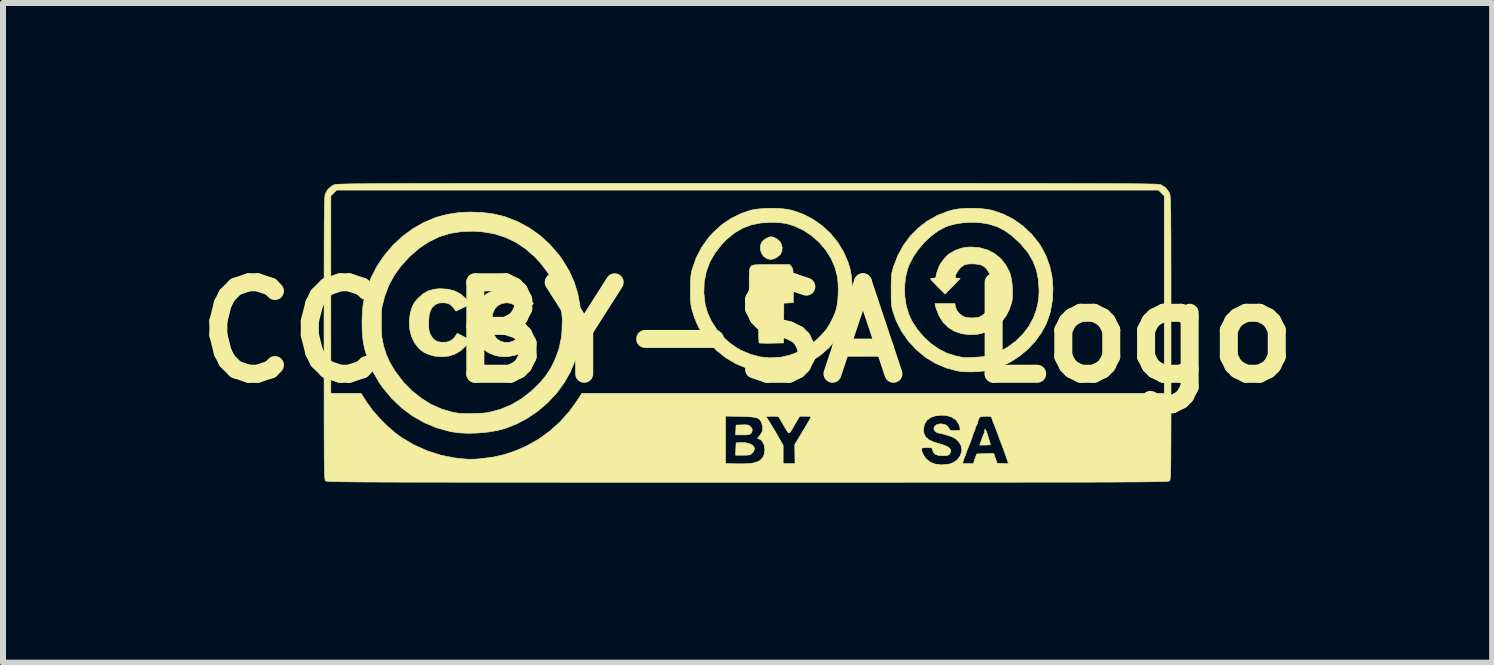
<source format=kicad_pcb>
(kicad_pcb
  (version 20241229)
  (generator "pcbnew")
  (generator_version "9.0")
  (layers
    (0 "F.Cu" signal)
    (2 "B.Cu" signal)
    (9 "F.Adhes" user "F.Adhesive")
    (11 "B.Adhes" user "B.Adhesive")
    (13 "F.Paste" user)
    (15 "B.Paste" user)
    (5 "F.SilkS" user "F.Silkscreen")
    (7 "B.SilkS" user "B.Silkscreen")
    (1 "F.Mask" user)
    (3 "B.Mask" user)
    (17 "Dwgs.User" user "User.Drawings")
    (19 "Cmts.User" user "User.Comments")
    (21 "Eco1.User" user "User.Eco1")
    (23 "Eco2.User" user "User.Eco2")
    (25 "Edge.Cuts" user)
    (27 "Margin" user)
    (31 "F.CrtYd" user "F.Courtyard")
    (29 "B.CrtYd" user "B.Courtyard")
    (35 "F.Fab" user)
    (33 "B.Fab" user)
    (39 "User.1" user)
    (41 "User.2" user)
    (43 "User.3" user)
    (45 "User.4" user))
  (footprint "CC BY-SA Logo"
    (layer "F.Cu")
    (at 9.405 2.488)
    (property "Reference" "CC BY-SA Logo" (at 0 0 0) (layer "F.SilkS") (effects (font (size 1.524 1.524) (thickness 0.3))))
    (attr through_hole)
    (fp_poly (pts (xy -0.044 1.837) (xy 0.023 1.85) (xy 0.074 1.874) (xy 0.106 1.905) (xy 0.115 1.943) (xy 0.1 1.985) (xy 0.078 2.011) (xy 0.059 2.029) (xy 0.037 2.039) (xy 0.005 2.044) (xy -0.044 2.046) (xy -0.078 2.046) (xy -0.199 2.046) (xy -0.195 1.944) (xy -0.191 1.841) (xy -0.127 1.837) (xy -0.044 1.837)) (stroke (width 0.01) (type solid)) (fill yes) (layer "F.SilkS"))
    (fp_poly (pts (xy 0.001 1.543) (xy 0.025 1.552) (xy 0.046 1.569) (xy 0.05 1.573) (xy 0.075 1.606) (xy 0.078 1.636) (xy 0.077 1.641) (xy 0.065 1.672) (xy 0.048 1.691) (xy 0.019 1.702) (xy -0.026 1.707) (xy -0.08 1.707) (xy -0.199 1.707) (xy -0.191 1.545) (xy -0.088 1.541) (xy -0.034 1.54) (xy 0.001 1.543)) (stroke (width 0.01) (type solid)) (fill yes) (layer "F.SilkS"))
    (fp_poly (pts (xy 3.963 1.618) (xy 3.977 1.646) (xy 3.996 1.698) (xy 4.006 1.732) (xy 4.022 1.784) (xy 4.035 1.828) (xy 4.044 1.854) (xy 4.045 1.855) (xy 4.045 1.867) (xy 4.031 1.874) (xy 3.997 1.876) (xy 3.961 1.877) (xy 3.869 1.877) (xy 3.901 1.784) (xy 3.919 1.737) (xy 3.933 1.701) (xy 3.942 1.683) (xy 3.942 1.683) (xy 3.949 1.664) (xy 3.951 1.639) (xy 3.954 1.615) (xy 3.963 1.618)) (stroke (width 0.01) (type solid)) (fill yes) (layer "F.SilkS"))
    (fp_poly (pts (xy 0.438 -1.584) (xy 0.487 -1.558) (xy 0.53 -1.522) (xy 0.555 -1.488) (xy 0.577 -1.416) (xy 0.572 -1.35) (xy 0.542 -1.294) (xy 0.488 -1.25) (xy 0.476 -1.243) (xy 0.422 -1.221) (xy 0.379 -1.216) (xy 0.335 -1.226) (xy 0.316 -1.234) (xy 0.266 -1.27) (xy 0.231 -1.323) (xy 0.214 -1.387) (xy 0.218 -1.453) (xy 0.234 -1.498) (xy 0.262 -1.53) (xy 0.306 -1.562) (xy 0.355 -1.585) (xy 0.394 -1.594) (xy 0.438 -1.584)) (stroke (width 0.01) (type solid)) (fill yes) (layer "F.SilkS"))
    (fp_poly (pts (xy 0.733 -1.092) (xy 0.743 -1.077) (xy 0.75 -1.06) (xy 0.755 -1.037) (xy 0.759 -1.002) (xy 0.761 -0.953) (xy 0.762 -0.884) (xy 0.762 -0.792) (xy 0.762 -0.775) (xy 0.762 -0.495) (xy 0.684 -0.491) (xy 0.605 -0.487) (xy 0.602 -0.155) (xy 0.6 0.176) (xy 0.401 0.18) (xy 0.329 0.181) (xy 0.267 0.18) (xy 0.221 0.179) (xy 0.196 0.176) (xy 0.193 0.174) (xy 0.19 0.158) (xy 0.188 0.118) (xy 0.186 0.057) (xy 0.184 -0.02) (xy 0.184 -0.108) (xy 0.183 -0.165) (xy 0.183 -0.494) (xy 0.028 -0.494) (xy 0.028 -0.781) (xy 0.028 -0.878) (xy 0.029 -0.951) (xy 0.031 -1.004) (xy 0.034 -1.041) (xy 0.038 -1.066) (xy 0.045 -1.082) (xy 0.054 -1.095) (xy 0.057 -1.098) (xy 0.067 -1.108) (xy 0.08 -1.116) (xy 0.098 -1.121) (xy 0.127 -1.125) (xy 0.168 -1.127) (xy 0.227 -1.128) (xy 0.308 -1.129) (xy 0.395 -1.129) (xy 0.704 -1.129) (xy 0.733 -1.092)) (stroke (width 0.01) (type solid)) (fill yes) (layer "F.SilkS"))
    (fp_poly (pts (xy -3.898 -0.716) (xy -3.785 -0.677) (xy -3.747 -0.657) (xy -3.711 -0.632) (xy -3.671 -0.597) (xy -3.63 -0.558) (xy -3.596 -0.52) (xy -3.575 -0.491) (xy -3.57 -0.478) (xy -3.581 -0.468) (xy -3.611 -0.449) (xy -3.652 -0.426) (xy -3.699 -0.401) (xy -3.743 -0.379) (xy -3.779 -0.362) (xy -3.799 -0.355) (xy -3.802 -0.355) (xy -3.81 -0.369) (xy -3.828 -0.397) (xy -3.829 -0.399) (xy -3.878 -0.452) (xy -3.944 -0.484) (xy -4.012 -0.494) (xy -4.094 -0.481) (xy -4.162 -0.445) (xy -4.214 -0.388) (xy -4.246 -0.311) (xy -4.249 -0.298) (xy -4.258 -0.216) (xy -4.258 -0.128) (xy -4.247 -0.042) (xy -4.227 0.031) (xy -4.219 0.049) (xy -4.177 0.107) (xy -4.119 0.146) (xy -4.052 0.166) (xy -3.981 0.168) (xy -3.912 0.149) (xy -3.852 0.112) (xy -3.814 0.069) (xy -3.779 0.015) (xy -3.668 0.073) (xy -3.557 0.131) (xy -3.595 0.181) (xy -3.678 0.274) (xy -3.768 0.34) (xy -3.87 0.382) (xy -3.987 0.401) (xy -4.022 0.403) (xy -4.128 0.4) (xy -4.21 0.384) (xy -4.213 0.383) (xy -4.315 0.34) (xy -4.398 0.282) (xy -4.466 0.205) (xy -4.524 0.104) (xy -4.53 0.091) (xy -4.552 0.023) (xy -4.565 -0.063) (xy -4.569 -0.158) (xy -4.564 -0.253) (xy -4.549 -0.34) (xy -4.545 -0.355) (xy -4.499 -0.47) (xy -4.434 -0.566) (xy -4.35 -0.64) (xy -4.248 -0.693) (xy -4.15 -0.72) (xy -4.021 -0.73) (xy -3.898 -0.716)) (stroke (width 0.01) (type solid)) (fill yes) (layer "F.SilkS"))
    (fp_poly (pts (xy -4.996 -0.72) (xy -4.88 -0.691) (xy -4.781 -0.639) (xy -4.7 -0.567) (xy -4.67 -0.528) (xy -4.629 -0.468) (xy -4.743 -0.41) (xy -4.794 -0.385) (xy -4.833 -0.366) (xy -4.857 -0.356) (xy -4.86 -0.356) (xy -4.906 -0.417) (xy -4.946 -0.458) (xy -4.986 -0.481) (xy -5.035 -0.492) (xy -5.082 -0.494) (xy -5.14 -0.489) (xy -5.187 -0.471) (xy -5.209 -0.457) (xy -5.254 -0.416) (xy -5.284 -0.363) (xy -5.304 -0.293) (xy -5.312 -0.201) (xy -5.313 -0.155) (xy -5.312 -0.086) (xy -5.307 -0.037) (xy -5.298 0.001) (xy -5.283 0.037) (xy -5.28 0.042) (xy -5.241 0.103) (xy -5.195 0.14) (xy -5.134 0.16) (xy -5.097 0.165) (xy -5.011 0.162) (xy -4.943 0.138) (xy -4.889 0.091) (xy -4.874 0.071) (xy -4.837 0.016) (xy -4.74 0.065) (xy -4.693 0.09) (xy -4.656 0.111) (xy -4.637 0.125) (xy -4.636 0.127) (xy -4.639 0.146) (xy -4.659 0.178) (xy -4.691 0.218) (xy -4.731 0.26) (xy -4.774 0.3) (xy -4.791 0.313) (xy -4.878 0.363) (xy -4.981 0.395) (xy -5.091 0.406) (xy -5.201 0.398) (xy -5.242 0.388) (xy -5.324 0.363) (xy -5.387 0.334) (xy -5.439 0.298) (xy -5.477 0.264) (xy -5.549 0.173) (xy -5.6 0.065) (xy -5.629 -0.054) (xy -5.636 -0.181) (xy -5.62 -0.312) (xy -5.602 -0.382) (xy -5.578 -0.446) (xy -5.548 -0.499) (xy -5.504 -0.553) (xy -5.495 -0.563) (xy -5.41 -0.64) (xy -5.318 -0.692) (xy -5.214 -0.72) (xy -5.128 -0.728) (xy -4.996 -0.72)) (stroke (width 0.01) (type solid)) (fill yes) (layer "F.SilkS"))
    (fp_poly (pts (xy 3.872 -1.41) (xy 4.002 -1.372) (xy 4.117 -1.312) (xy 4.218 -1.23) (xy 4.3 -1.128) (xy 4.363 -1.009) (xy 4.376 -0.974) (xy 4.394 -0.899) (xy 4.408 -0.808) (xy 4.415 -0.71) (xy 4.415 -0.615) (xy 4.408 -0.533) (xy 4.403 -0.505) (xy 4.363 -0.384) (xy 4.305 -0.271) (xy 4.231 -0.176) (xy 4.207 -0.152) (xy 4.094 -0.065) (xy 3.97 -0.004) (xy 3.838 0.031) (xy 3.701 0.039) (xy 3.57 0.022) (xy 3.45 -0.018) (xy 3.347 -0.081) (xy 3.261 -0.165) (xy 3.193 -0.271) (xy 3.143 -0.398) (xy 3.133 -0.434) (xy 3.122 -0.48) (xy 3.455 -0.48) (xy 3.464 -0.424) (xy 3.487 -0.366) (xy 3.53 -0.312) (xy 3.588 -0.269) (xy 3.608 -0.259) (xy 3.66 -0.246) (xy 3.726 -0.241) (xy 3.794 -0.243) (xy 3.853 -0.253) (xy 3.87 -0.259) (xy 3.943 -0.304) (xy 4.002 -0.373) (xy 4.045 -0.462) (xy 4.072 -0.569) (xy 4.081 -0.691) (xy 4.08 -0.781) (xy 4.074 -0.85) (xy 4.062 -0.907) (xy 4.042 -0.959) (xy 4.025 -0.992) (xy 3.983 -1.057) (xy 3.937 -1.101) (xy 3.88 -1.127) (xy 3.805 -1.139) (xy 3.775 -1.141) (xy 3.707 -1.142) (xy 3.659 -1.137) (xy 3.619 -1.126) (xy 3.605 -1.12) (xy 3.555 -1.084) (xy 3.508 -1.031) (xy 3.474 -0.972) (xy 3.463 -0.942) (xy 3.46 -0.915) (xy 3.471 -0.905) (xy 3.498 -0.903) (xy 3.528 -0.902) (xy 3.542 -0.899) (xy 3.542 -0.899) (xy 3.533 -0.888) (xy 3.507 -0.86) (xy 3.47 -0.821) (xy 3.423 -0.773) (xy 3.417 -0.766) (xy 3.291 -0.638) (xy 3.17 -0.76) (xy 3.123 -0.808) (xy 3.084 -0.849) (xy 3.058 -0.878) (xy 3.048 -0.893) (xy 3.048 -0.893) (xy 3.06 -0.9) (xy 3.09 -0.903) (xy 3.094 -0.903) (xy 3.126 -0.906) (xy 3.139 -0.921) (xy 3.143 -0.947) (xy 3.152 -0.991) (xy 3.167 -1.033) (xy 3.182 -1.068) (xy 3.189 -1.092) (xy 3.189 -1.093) (xy 3.198 -1.116) (xy 3.221 -1.152) (xy 3.253 -1.196) (xy 3.288 -1.24) (xy 3.322 -1.278) (xy 3.35 -1.303) (xy 3.353 -1.305) (xy 3.46 -1.366) (xy 3.565 -1.404) (xy 3.677 -1.421) (xy 3.732 -1.422) (xy 3.872 -1.41)) (stroke (width 0.01) (type solid)) (fill yes) (layer "F.SilkS"))
    (fp_poly (pts (xy 3.869 -2.063) (xy 3.98 -2.052) (xy 4.073 -2.035) (xy 4.078 -2.033) (xy 4.26 -1.971) (xy 4.432 -1.883) (xy 4.589 -1.772) (xy 4.73 -1.64) (xy 4.852 -1.489) (xy 4.881 -1.445) (xy 4.969 -1.283) (xy 5.034 -1.107) (xy 5.074 -0.922) (xy 5.089 -0.731) (xy 5.08 -0.536) (xy 5.044 -0.341) (xy 5.037 -0.31) (xy 4.979 -0.149) (xy 4.897 0.005) (xy 4.793 0.149) (xy 4.669 0.281) (xy 4.53 0.397) (xy 4.377 0.495) (xy 4.214 0.572) (xy 4.064 0.621) (xy 3.966 0.64) (xy 3.853 0.652) (xy 3.736 0.658) (xy 3.624 0.656) (xy 3.526 0.647) (xy 3.504 0.643) (xy 3.313 0.593) (xy 3.134 0.517) (xy 2.968 0.417) (xy 2.817 0.292) (xy 2.679 0.144) (xy 2.675 0.138) (xy 2.564 -0.021) (xy 2.479 -0.189) (xy 2.432 -0.318) (xy 2.418 -0.365) (xy 2.408 -0.406) (xy 2.401 -0.446) (xy 2.397 -0.492) (xy 2.394 -0.549) (xy 2.393 -0.623) (xy 2.393 -0.706) (xy 2.393 -0.759) (xy 2.616 -0.759) (xy 2.62 -0.6) (xy 2.644 -0.445) (xy 2.687 -0.301) (xy 2.738 -0.189) (xy 2.83 -0.049) (xy 2.938 0.078) (xy 3.059 0.189) (xy 3.189 0.28) (xy 3.325 0.348) (xy 3.463 0.391) (xy 3.472 0.393) (xy 3.52 0.403) (xy 3.561 0.412) (xy 3.577 0.415) (xy 3.612 0.419) (xy 3.668 0.42) (xy 3.736 0.418) (xy 3.811 0.414) (xy 3.885 0.408) (xy 3.95 0.402) (xy 4 0.394) (xy 4.015 0.391) (xy 4.177 0.332) (xy 4.328 0.25) (xy 4.465 0.149) (xy 4.586 0.032) (xy 4.686 -0.1) (xy 4.765 -0.244) (xy 4.812 -0.374) (xy 4.835 -0.468) (xy 4.849 -0.553) (xy 4.856 -0.644) (xy 4.857 -0.706) (xy 4.846 -0.88) (xy 4.813 -1.039) (xy 4.756 -1.187) (xy 4.674 -1.326) (xy 4.565 -1.459) (xy 4.53 -1.496) (xy 4.406 -1.609) (xy 4.284 -1.697) (xy 4.158 -1.761) (xy 4.023 -1.804) (xy 3.875 -1.828) (xy 3.724 -1.834) (xy 3.593 -1.827) (xy 3.464 -1.807) (xy 3.346 -1.776) (xy 3.298 -1.757) (xy 3.179 -1.694) (xy 3.062 -1.608) (xy 2.95 -1.504) (xy 2.849 -1.387) (xy 2.762 -1.261) (xy 2.695 -1.131) (xy 2.668 -1.062) (xy 2.632 -0.915) (xy 2.616 -0.759) (xy 2.393 -0.759) (xy 2.393 -0.8) (xy 2.395 -0.872) (xy 2.397 -0.927) (xy 2.402 -0.972) (xy 2.409 -1.011) (xy 2.42 -1.052) (xy 2.431 -1.091) (xy 2.503 -1.277) (xy 2.596 -1.448) (xy 2.71 -1.602) (xy 2.843 -1.738) (xy 2.993 -1.853) (xy 3.158 -1.947) (xy 3.336 -2.017) (xy 3.429 -2.042) (xy 3.521 -2.058) (xy 3.631 -2.066) (xy 3.75 -2.068) (xy 3.869 -2.063)) (stroke (width 0.01) (type solid)) (fill yes) (layer "F.SilkS"))
    (fp_poly (pts (xy 0.478 -2.066) (xy 0.592 -2.059) (xy 0.691 -2.045) (xy 0.741 -2.034) (xy 0.922 -1.971) (xy 1.091 -1.884) (xy 1.246 -1.775) (xy 1.384 -1.646) (xy 1.503 -1.5) (xy 1.601 -1.339) (xy 1.676 -1.165) (xy 1.71 -1.05) (xy 1.729 -0.945) (xy 1.74 -0.822) (xy 1.744 -0.692) (xy 1.739 -0.562) (xy 1.726 -0.443) (xy 1.71 -0.363) (xy 1.653 -0.185) (xy 1.572 -0.021) (xy 1.466 0.132) (xy 1.356 0.255) (xy 1.209 0.384) (xy 1.048 0.489) (xy 0.877 0.571) (xy 0.718 0.621) (xy 0.616 0.64) (xy 0.5 0.653) (xy 0.379 0.657) (xy 0.266 0.654) (xy 0.169 0.643) (xy -0.018 0.595) (xy -0.195 0.522) (xy -0.361 0.424) (xy -0.513 0.302) (xy -0.649 0.159) (xy -0.742 0.033) (xy -0.801 -0.062) (xy -0.848 -0.156) (xy -0.889 -0.261) (xy -0.92 -0.363) (xy -0.933 -0.41) (xy -0.942 -0.455) (xy -0.947 -0.504) (xy -0.951 -0.565) (xy -0.952 -0.643) (xy -0.952 -0.657) (xy -0.728 -0.657) (xy -0.707 -0.471) (xy -0.706 -0.466) (xy -0.667 -0.328) (xy -0.604 -0.19) (xy -0.52 -0.058) (xy -0.418 0.064) (xy -0.303 0.172) (xy -0.176 0.261) (xy -0.114 0.296) (xy 0.049 0.365) (xy 0.209 0.408) (xy 0.372 0.424) (xy 0.54 0.414) (xy 0.579 0.409) (xy 0.71 0.377) (xy 0.847 0.325) (xy 0.981 0.255) (xy 1.012 0.236) (xy 1.069 0.194) (xy 1.135 0.137) (xy 1.203 0.073) (xy 1.265 0.007) (xy 1.314 -0.052) (xy 1.315 -0.053) (xy 1.354 -0.113) (xy 1.394 -0.185) (xy 1.432 -0.262) (xy 1.461 -0.333) (xy 1.476 -0.381) (xy 1.484 -0.416) (xy 1.488 -0.436) (xy 1.489 -0.437) (xy 1.502 -0.516) (xy 1.509 -0.612) (xy 1.512 -0.717) (xy 1.508 -0.82) (xy 1.5 -0.912) (xy 1.496 -0.933) (xy 1.455 -1.088) (xy 1.39 -1.235) (xy 1.302 -1.374) (xy 1.194 -1.5) (xy 1.07 -1.61) (xy 0.933 -1.701) (xy 0.785 -1.771) (xy 0.652 -1.812) (xy 0.584 -1.823) (xy 0.5 -1.831) (xy 0.413 -1.834) (xy 0.402 -1.834) (xy 0.226 -1.824) (xy 0.065 -1.792) (xy -0.081 -1.737) (xy -0.218 -1.657) (xy -0.346 -1.552) (xy -0.428 -1.468) (xy -0.542 -1.324) (xy -0.629 -1.17) (xy -0.689 -1.007) (xy -0.722 -0.836) (xy -0.728 -0.657) (xy -0.952 -0.657) (xy -0.952 -0.706) (xy -0.952 -0.799) (xy -0.949 -0.872) (xy -0.945 -0.929) (xy -0.938 -0.979) (xy -0.928 -1.027) (xy -0.92 -1.056) (xy -0.855 -1.243) (xy -0.765 -1.416) (xy -0.65 -1.577) (xy -0.573 -1.663) (xy -0.426 -1.796) (xy -0.265 -1.904) (xy -0.092 -1.987) (xy 0.049 -2.034) (xy 0.136 -2.051) (xy 0.242 -2.062) (xy 0.359 -2.067) (xy 0.478 -2.066)) (stroke (width 0.01) (type solid)) (fill yes) (layer "F.SilkS"))
    (fp_poly (pts (xy -4.425 -1.998) (xy -4.234 -1.974) (xy -4.056 -1.931) (xy -4.038 -1.926) (xy -3.832 -1.846) (xy -3.637 -1.741) (xy -3.456 -1.613) (xy -3.292 -1.463) (xy -3.145 -1.293) (xy -3.077 -1.198) (xy -2.97 -1.019) (xy -2.888 -0.836) (xy -2.829 -0.646) (xy -2.792 -0.445) (xy -2.776 -0.228) (xy -2.775 -0.162) (xy -2.779 -0.005) (xy -2.793 0.135) (xy -2.817 0.269) (xy -2.854 0.407) (xy -2.874 0.469) (xy -2.951 0.658) (xy -3.054 0.838) (xy -3.178 1.008) (xy -3.323 1.164) (xy -3.485 1.305) (xy -3.662 1.426) (xy -3.851 1.527) (xy -4.022 1.595) (xy -4.162 1.633) (xy -4.32 1.66) (xy -4.486 1.676) (xy -4.653 1.681) (xy -4.812 1.673) (xy -4.955 1.652) (xy -4.956 1.651) (xy -5.176 1.591) (xy -5.383 1.505) (xy -5.578 1.395) (xy -5.759 1.26) (xy -5.925 1.103) (xy -6.075 0.923) (xy -6.134 0.84) (xy -6.234 0.668) (xy -6.316 0.48) (xy -6.377 0.283) (xy -6.4 0.176) (xy -6.413 0.075) (xy -6.421 -0.045) (xy -6.423 -0.173) (xy -6.423 -0.174) (xy -6.102 -0.174) (xy -6.101 -0.094) (xy -6.1 -0.02) (xy -6.097 0.041) (xy -6.093 0.083) (xy -6.093 0.085) (xy -6.063 0.231) (xy -6.021 0.364) (xy -5.964 0.492) (xy -5.887 0.623) (xy -5.856 0.669) (xy -5.732 0.831) (xy -5.591 0.974) (xy -5.437 1.097) (xy -5.273 1.199) (xy -5.101 1.276) (xy -4.924 1.328) (xy -4.833 1.345) (xy -4.775 1.35) (xy -4.698 1.352) (xy -4.61 1.353) (xy -4.519 1.351) (xy -4.433 1.347) (xy -4.361 1.341) (xy -4.316 1.335) (xy -4.123 1.284) (xy -3.941 1.209) (xy -3.768 1.108) (xy -3.604 0.98) (xy -3.551 0.931) (xy -3.448 0.827) (xy -3.365 0.727) (xy -3.294 0.621) (xy -3.268 0.576) (xy -3.234 0.508) (xy -3.199 0.429) (xy -3.168 0.348) (xy -3.142 0.273) (xy -3.127 0.213) (xy -3.125 0.2) (xy -3.118 0.16) (xy -3.111 0.129) (xy -3.11 0.127) (xy -3.105 0.103) (xy -3.099 0.06) (xy -3.094 0.006) (xy -3.093 0) (xy -3.086 -0.218) (xy -3.106 -0.426) (xy -3.152 -0.624) (xy -3.224 -0.811) (xy -3.322 -0.988) (xy -3.447 -1.153) (xy -3.545 -1.259) (xy -3.699 -1.393) (xy -3.862 -1.502) (xy -4.036 -1.585) (xy -4.222 -1.643) (xy -4.421 -1.676) (xy -4.567 -1.686) (xy -4.769 -1.679) (xy -4.958 -1.649) (xy -5.135 -1.594) (xy -5.303 -1.513) (xy -5.464 -1.407) (xy -5.619 -1.273) (xy -5.634 -1.258) (xy -5.773 -1.108) (xy -5.885 -0.953) (xy -5.975 -0.789) (xy -6.043 -0.61) (xy -6.093 -0.416) (xy -6.097 -0.381) (xy -6.1 -0.324) (xy -6.101 -0.253) (xy -6.102 -0.174) (xy -6.423 -0.174) (xy -6.419 -0.301) (xy -6.41 -0.418) (xy -6.4 -0.494) (xy -6.349 -0.706) (xy -6.272 -0.91) (xy -6.173 -1.103) (xy -6.051 -1.283) (xy -5.91 -1.449) (xy -5.752 -1.597) (xy -5.578 -1.726) (xy -5.39 -1.833) (xy -5.191 -1.916) (xy -5.181 -1.919) (xy -5.008 -1.965) (xy -4.819 -1.994) (xy -4.623 -2.005) (xy -4.425 -1.998)) (stroke (width 0.01) (type solid)) (fill yes) (layer "F.SilkS"))
    (fp_poly (pts (xy 1.498 -2.483) (xy 1.945 -2.483) (xy 2.368 -2.483) (xy 2.765 -2.483) (xy 3.139 -2.483) (xy 3.489 -2.483) (xy 3.817 -2.483) (xy 4.124 -2.482) (xy 4.409 -2.482) (xy 4.675 -2.482) (xy 4.921 -2.482) (xy 5.148 -2.481) (xy 5.357 -2.481) (xy 5.549 -2.48) (xy 5.724 -2.48) (xy 5.884 -2.479) (xy 6.029 -2.479) (xy 6.159 -2.478) (xy 6.275 -2.477) (xy 6.379 -2.477) (xy 6.47 -2.476) (xy 6.55 -2.475) (xy 6.62 -2.474) (xy 6.679 -2.473) (xy 6.729 -2.472) (xy 6.771 -2.471) (xy 6.805 -2.469) (xy 6.832 -2.468) (xy 6.852 -2.466) (xy 6.867 -2.465) (xy 6.877 -2.463) (xy 6.883 -2.462) (xy 6.956 -2.419) (xy 7.009 -2.357) (xy 7.029 -2.321) (xy 7.032 -2.313) (xy 7.035 -2.303) (xy 7.038 -2.29) (xy 7.041 -2.273) (xy 7.043 -2.249) (xy 7.045 -2.219) (xy 7.047 -2.181) (xy 7.048 -2.132) (xy 7.049 -2.073) (xy 7.051 -2.002) (xy 7.052 -1.917) (xy 7.052 -1.818) (xy 7.053 -1.703) (xy 7.054 -1.57) (xy 7.054 -1.418) (xy 7.054 -1.247) (xy 7.055 -1.054) (xy 7.055 -0.839) (xy 7.055 -0.601) (xy 7.055 -0.337) (xy 7.055 -0.047) (xy 7.055 0.093) (xy 7.055 0.395) (xy 7.055 0.671) (xy 7.055 0.921) (xy 7.055 1.146) (xy 7.055 1.348) (xy 7.055 1.528) (xy 7.054 1.688) (xy 7.054 1.828) (xy 7.053 1.951) (xy 7.053 2.056) (xy 7.052 2.146) (xy 7.051 2.222) (xy 7.049 2.285) (xy 7.048 2.336) (xy 7.046 2.377) (xy 7.044 2.408) (xy 7.042 2.432) (xy 7.04 2.449) (xy 7.037 2.46) (xy 7.035 2.468) (xy 7.031 2.473) (xy 7.03 2.474) (xy 7.026 2.476) (xy 7.02 2.478) (xy 7.01 2.479) (xy 6.996 2.481) (xy 6.976 2.482) (xy 6.95 2.484) (xy 6.918 2.485) (xy 6.879 2.486) (xy 6.831 2.487) (xy 6.774 2.488) (xy 6.708 2.489) (xy 6.632 2.49) (xy 6.545 2.491) (xy 6.445 2.492) (xy 6.334 2.492) (xy 6.209 2.493) (xy 6.071 2.494) (xy 5.917 2.494) (xy 5.749 2.495) (xy 5.564 2.495) (xy 5.362 2.496) (xy 5.143 2.496) (xy 4.906 2.496) (xy 4.649 2.496) (xy 4.373 2.497) (xy 4.077 2.497) (xy 3.759 2.497) (xy 3.419 2.497) (xy 3.057 2.497) (xy 2.671 2.497) (xy 2.262 2.498) (xy 1.827 2.498) (xy 1.367 2.498) (xy 0.881 2.498) (xy 0.367 2.498) (xy -0.002 2.498) (xy -0.533 2.498) (xy -1.037 2.498) (xy -1.514 2.498) (xy -1.964 2.498) (xy -2.39 2.498) (xy -2.791 2.498) (xy -3.168 2.497) (xy -3.522 2.497) (xy -3.853 2.497) (xy -4.163 2.497) (xy -4.452 2.497) (xy -4.721 2.497) (xy -4.971 2.496) (xy -5.201 2.496) (xy -5.414 2.496) (xy -5.61 2.495) (xy -5.789 2.495) (xy -5.952 2.494) (xy -6.1 2.494) (xy -6.234 2.493) (xy -6.354 2.493) (xy -6.462 2.492) (xy -6.557 2.491) (xy -6.641 2.49) (xy -6.715 2.489) (xy -6.778 2.489) (xy -6.833 2.487) (xy -6.878 2.486) (xy -6.917 2.485) (xy -6.948 2.484) (xy -6.973 2.483) (xy -6.992 2.481) (xy -7.007 2.48) (xy -7.017 2.478) (xy -7.024 2.476) (xy -7.029 2.474) (xy -7.032 2.472) (xy -7.032 2.472) (xy -7.035 2.467) (xy -7.038 2.459) (xy -7.04 2.445) (xy -7.043 2.426) (xy -7.045 2.399) (xy -7.046 2.364) (xy -7.048 2.319) (xy -7.049 2.263) (xy -7.051 2.194) (xy -7.051 2.186) (xy -0.367 2.186) (xy -0.166 2.19) (xy -0.051 2.19) (xy 0.04 2.185) (xy 0.112 2.173) (xy 0.169 2.155) (xy 0.208 2.134) (xy 0.25 2.092) (xy 0.277 2.036) (xy 0.288 1.971) (xy 0.284 1.906) (xy 0.266 1.847) (xy 0.233 1.8) (xy 0.201 1.779) (xy 0.167 1.764) (xy 0.211 1.711) (xy 0.246 1.649) (xy 0.254 1.58) (xy 0.234 1.504) (xy 0.234 1.503) (xy 0.217 1.471) (xy 0.196 1.446) (xy 0.165 1.428) (xy 0.122 1.416) (xy 0.062 1.407) (xy -0.003 1.403) (xy 0.31 1.403) (xy 0.318 1.418) (xy 0.336 1.448) (xy 0.351 1.47) (xy 0.373 1.505) (xy 0.405 1.558) (xy 0.444 1.622) (xy 0.484 1.691) (xy 0.492 1.706) (xy 0.593 1.88) (xy 0.593 2.187) (xy 0.791 2.187) (xy 0.789 2.028) (xy 0.788 1.959) (xy 2.899 1.959) (xy 2.911 2) (xy 2.934 2.048) (xy 2.965 2.094) (xy 2.978 2.109) (xy 3.048 2.164) (xy 3.134 2.197) (xy 3.236 2.208) (xy 3.355 2.195) (xy 3.362 2.194) (xy 3.403 2.179) (xy 3.578 2.179) (xy 3.594 2.185) (xy 3.632 2.187) (xy 3.663 2.187) (xy 3.761 2.187) (xy 3.79 2.106) (xy 3.819 2.025) (xy 3.96 2.021) (xy 4.101 2.017) (xy 4.13 2.099) (xy 4.159 2.18) (xy 4.252 2.184) (xy 4.3 2.186) (xy 4.333 2.186) (xy 4.346 2.184) (xy 4.342 2.168) (xy 4.33 2.133) (xy 4.313 2.084) (xy 4.294 2.029) (xy 4.274 1.974) (xy 4.257 1.926) (xy 4.244 1.892) (xy 4.241 1.884) (xy 4.228 1.852) (xy 4.209 1.802) (xy 4.187 1.742) (xy 4.177 1.714) (xy 4.154 1.651) (xy 4.131 1.591) (xy 4.112 1.544) (xy 4.107 1.531) (xy 4.089 1.486) (xy 4.075 1.444) (xy 4.073 1.436) (xy 4.066 1.415) (xy 4.055 1.404) (xy 4.031 1.398) (xy 3.989 1.397) (xy 3.968 1.397) (xy 3.914 1.399) (xy 3.88 1.408) (xy 3.857 1.43) (xy 3.841 1.471) (xy 3.83 1.514) (xy 3.819 1.545) (xy 3.808 1.56) (xy 3.797 1.579) (xy 3.796 1.592) (xy 3.789 1.621) (xy 3.775 1.656) (xy 3.76 1.688) (xy 3.754 1.71) (xy 3.754 1.71) (xy 3.749 1.73) (xy 3.735 1.768) (xy 3.717 1.818) (xy 3.696 1.873) (xy 3.674 1.925) (xy 3.661 1.957) (xy 3.647 1.991) (xy 3.641 2.014) (xy 3.641 2.015) (xy 3.635 2.036) (xy 3.62 2.068) (xy 3.62 2.069) (xy 3.605 2.104) (xy 3.598 2.131) (xy 3.589 2.16) (xy 3.581 2.17) (xy 3.578 2.179) (xy 3.403 2.179) (xy 3.435 2.167) (xy 3.497 2.121) (xy 3.543 2.059) (xy 3.567 1.989) (xy 3.57 1.955) (xy 3.557 1.886) (xy 3.52 1.822) (xy 3.466 1.77) (xy 3.401 1.737) (xy 3.356 1.723) (xy 3.303 1.706) (xy 3.284 1.7) (xy 3.239 1.688) (xy 3.203 1.68) (xy 3.192 1.679) (xy 3.153 1.668) (xy 3.121 1.641) (xy 3.105 1.607) (xy 3.104 1.602) (xy 3.117 1.565) (xy 3.152 1.538) (xy 3.205 1.525) (xy 3.224 1.524) (xy 3.288 1.535) (xy 3.335 1.565) (xy 3.359 1.603) (xy 3.369 1.622) (xy 3.386 1.632) (xy 3.417 1.636) (xy 3.457 1.637) (xy 3.504 1.636) (xy 3.53 1.632) (xy 3.54 1.622) (xy 3.542 1.606) (xy 3.536 1.575) (xy 3.521 1.533) (xy 3.512 1.513) (xy 3.468 1.454) (xy 3.403 1.412) (xy 3.32 1.386) (xy 3.232 1.379) (xy 3.131 1.39) (xy 3.05 1.418) (xy 2.988 1.465) (xy 2.949 1.528) (xy 2.932 1.606) (xy 2.931 1.624) (xy 2.941 1.69) (xy 2.97 1.745) (xy 3.021 1.789) (xy 3.096 1.825) (xy 3.187 1.853) (xy 3.277 1.88) (xy 3.341 1.91) (xy 3.377 1.943) (xy 3.387 1.979) (xy 3.371 2.02) (xy 3.367 2.025) (xy 3.351 2.04) (xy 3.327 2.049) (xy 3.287 2.053) (xy 3.248 2.053) (xy 3.178 2.048) (xy 3.131 2.032) (xy 3.1 2.002) (xy 3.082 1.956) (xy 3.075 1.935) (xy 3.061 1.924) (xy 3.033 1.92) (xy 2.991 1.919) (xy 2.945 1.921) (xy 2.912 1.926) (xy 2.901 1.931) (xy 2.899 1.959) (xy 0.788 1.959) (xy 0.787 1.869) (xy 0.915 1.656) (xy 0.958 1.586) (xy 0.995 1.522) (xy 1.025 1.47) (xy 1.045 1.434) (xy 1.052 1.42) (xy 1.054 1.408) (xy 1.042 1.401) (xy 1.013 1.398) (xy 0.965 1.397) (xy 0.868 1.397) (xy 0.833 1.457) (xy 0.804 1.505) (xy 0.772 1.561) (xy 0.757 1.587) (xy 0.727 1.64) (xy 0.705 1.669) (xy 0.687 1.675) (xy 0.668 1.657) (xy 0.641 1.615) (xy 0.622 1.584) (xy 0.591 1.529) (xy 0.562 1.48) (xy 0.542 1.444) (xy 0.537 1.435) (xy 0.525 1.416) (xy 0.51 1.404) (xy 0.484 1.399) (xy 0.44 1.397) (xy 0.414 1.397) (xy 0.364 1.398) (xy 0.327 1.4) (xy 0.311 1.403) (xy 0.31 1.403) (xy -0.003 1.403) (xy -0.019 1.402) (xy -0.123 1.399) (xy -0.367 1.395) (xy -0.367 2.186) (xy -7.051 2.186) (xy -7.052 2.112) (xy -7.053 2.015) (xy -7.053 1.901) (xy -7.054 1.77) (xy -7.054 1.621) (xy -7.055 1.451) (xy -7.055 1.26) (xy -7.055 1.047) (xy -7.055 0.81) (xy -7.056 0.548) (xy -7.056 0.26) (xy -7.056 0.094) (xy -7.056 -0.211) (xy -7.055 -0.489) (xy -7.055 -0.741) (xy -7.055 -0.968) (xy -7.055 -1.173) (xy -7.054 -1.355) (xy -7.054 -1.517) (xy -7.053 -1.659) (xy -7.053 -1.783) (xy -7.052 -1.891) (xy -7.051 -1.983) (xy -7.05 -2.06) (xy -7.048 -2.124) (xy -7.047 -2.177) (xy -7.045 -2.218) (xy -7.043 -2.251) (xy -7.041 -2.275) (xy -6.943 -2.275) (xy -6.943 1.016) (xy -6.44 1.016) (xy -6.337 1.175) (xy -6.242 1.305) (xy -6.127 1.436) (xy -6.001 1.562) (xy -5.87 1.675) (xy -5.764 1.753) (xy -5.557 1.875) (xy -5.338 1.973) (xy -5.111 2.046) (xy -4.879 2.092) (xy -4.798 2.101) (xy -4.716 2.109) (xy -4.653 2.113) (xy -4.599 2.114) (xy -4.542 2.112) (xy -4.474 2.107) (xy -4.424 2.102) (xy -4.227 2.076) (xy -4.044 2.034) (xy -3.864 1.973) (xy -3.68 1.892) (xy -3.676 1.89) (xy -3.481 1.78) (xy -3.295 1.645) (xy -3.124 1.491) (xy -2.97 1.32) (xy -2.861 1.17) (xy -2.76 1.016) (xy 6.943 1.016) (xy 6.943 -2.275) (xy 6.847 -2.371) (xy -6.847 -2.371) (xy -6.943 -2.275) (xy -7.041 -2.275) (xy -7.041 -2.275) (xy -7.038 -2.293) (xy -7.036 -2.305) (xy -7.034 -2.311) (xy -6.991 -2.384) (xy -6.929 -2.437) (xy -6.893 -2.457) (xy -6.888 -2.459) (xy -6.882 -2.461) (xy -6.873 -2.463) (xy -6.862 -2.464) (xy -6.846 -2.466) (xy -6.826 -2.467) (xy -6.801 -2.469) (xy -6.77 -2.47) (xy -6.733 -2.471) (xy -6.688 -2.473) (xy -6.634 -2.474) (xy -6.572 -2.475) (xy -6.5 -2.476) (xy -6.418 -2.476) (xy -6.324 -2.477) (xy -6.219 -2.478) (xy -6.101 -2.479) (xy -5.969 -2.479) (xy -5.823 -2.48) (xy -5.663 -2.48) (xy -5.486 -2.481) (xy -5.294 -2.481) (xy -5.084 -2.481) (xy -4.856 -2.482) (xy -4.61 -2.482) (xy -4.344 -2.482) (xy -4.058 -2.482) (xy -3.752 -2.483) (xy -3.423 -2.483) (xy -3.073 -2.483) (xy -2.699 -2.483) (xy -2.301 -2.483) (xy -1.879 -2.483) (xy -1.431 -2.483) (xy -0.958 -2.483) (xy -0.457 -2.483) (xy -0.003 -2.483) (xy 0.525 -2.483) (xy 1.025 -2.483) (xy 1.498 -2.483)) (stroke (width 0.01) (type solid)) (fill yes) (layer "F.SilkS")))
  (gr_rect
    (start -3 -3)
    (end 21.811 7.991)
    (stroke (width 0.1) (type default))
    (fill no)
    (layer "Edge.Cuts")))
</source>
